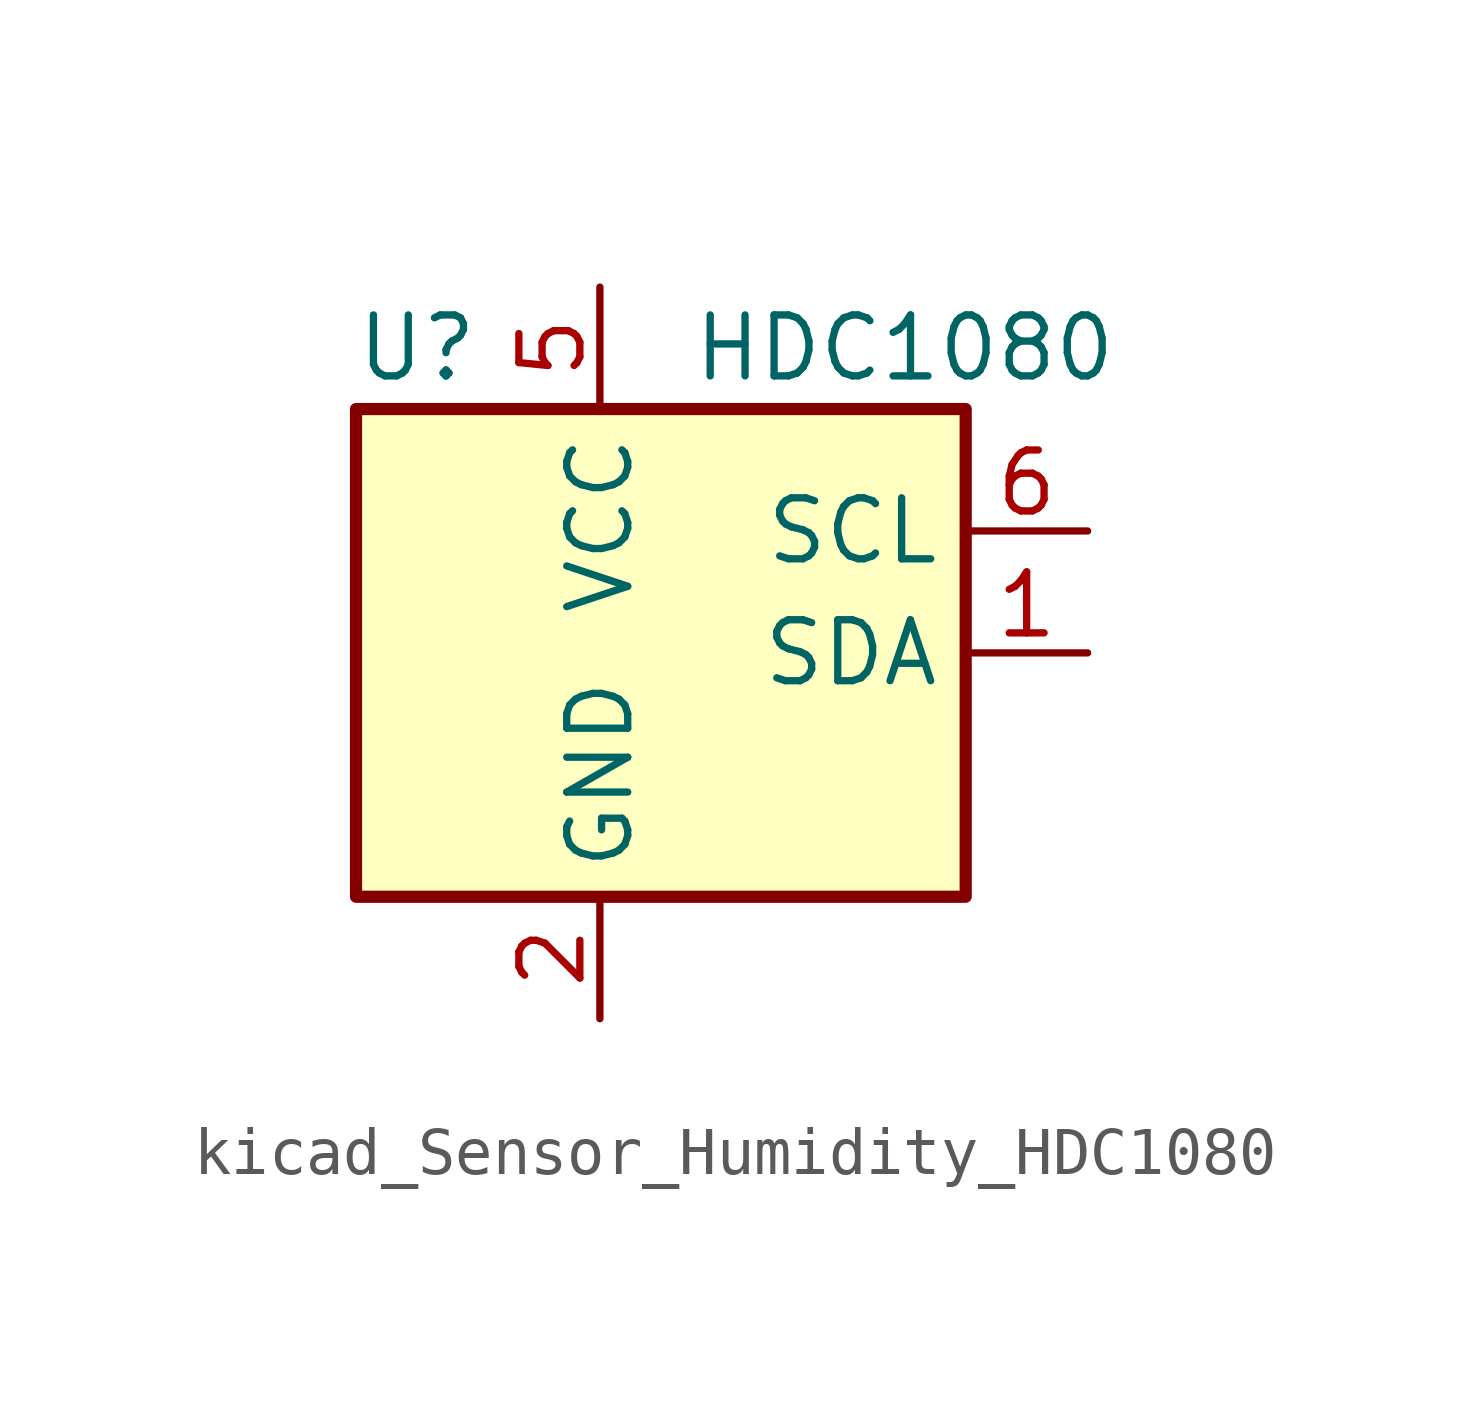
<source format=kicad_sym>
(kicad_symbol_lib
  (version 20220914)
  (generator kicad_symbol_editor)
  (symbol "kicad_Sensor_Humidity_HDC1080"
    (property "Reference" "U"
      (at -6.35 6.35 0)
      (effects (font (size 1.27 1.27))))
    (property "Value" "HDC1080"
      (at 3.81 6.35 0)
      (effects (font (size 1.27 1.27))))
    (symbol "kicad_Sensor_Humidity_HDC1080_0_1"
      (rectangle (start -7.62 5.08) (end 5.08 -5.08) (stroke (width 0.254) (type default)) (fill (type background))))
    (symbol "kicad_Sensor_Humidity_HDC1080_1_1"
      (pin bidirectional line (at 7.62 0 180) (length 2.54) (name "SDA" (effects (font (size 1.27 1.27)))) (number "1" (effects (font (size 1.27 1.27)))))
      (pin power_in line (at -2.54 -7.62 90) (length 2.54) (name "GND" (effects (font (size 1.27 1.27)))) (number "2" (effects (font (size 1.27 1.27)))))
      (pin no_connect line (at -7.62 0 0) (length 2.54) hide (name "NC" (effects (font (size 1.27 1.27)))) (number "3" (effects (font (size 1.27 1.27)))))
      (pin no_connect line (at -7.62 -2.54 0) (length 2.54) hide (name "NC" (effects (font (size 1.27 1.27)))) (number "4" (effects (font (size 1.27 1.27)))))
      (pin power_in line (at -2.54 7.62 270) (length 2.54) (name "VCC" (effects (font (size 1.27 1.27)))) (number "5" (effects (font (size 1.27 1.27)))))
      (pin input line (at 7.62 2.54 180) (length 2.54) (name "SCL" (effects (font (size 1.27 1.27)))) (number "6" (effects (font (size 1.27 1.27)))))
      (pin no_connect line (at -7.62 2.54 0) (length 2.54) hide (name "DAP" (effects (font (size 1.27 1.27)))) (number "7" (effects (font (size 1.27 1.27))))))))
</source>
